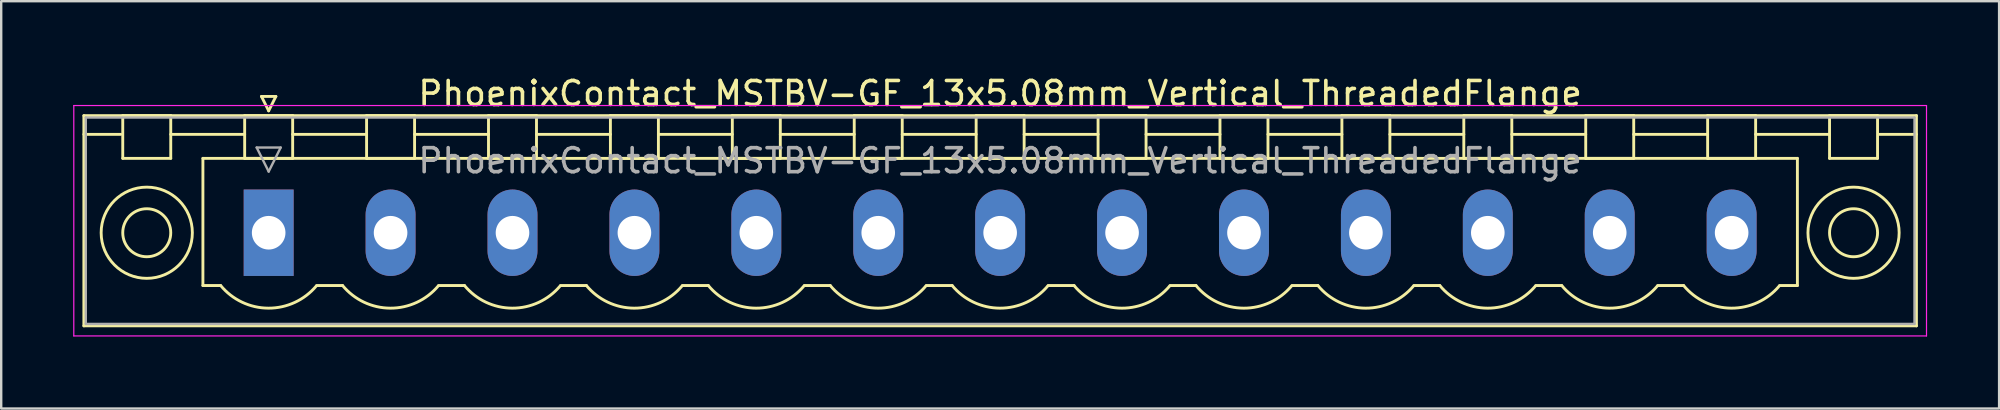
<source format=kicad_pcb>
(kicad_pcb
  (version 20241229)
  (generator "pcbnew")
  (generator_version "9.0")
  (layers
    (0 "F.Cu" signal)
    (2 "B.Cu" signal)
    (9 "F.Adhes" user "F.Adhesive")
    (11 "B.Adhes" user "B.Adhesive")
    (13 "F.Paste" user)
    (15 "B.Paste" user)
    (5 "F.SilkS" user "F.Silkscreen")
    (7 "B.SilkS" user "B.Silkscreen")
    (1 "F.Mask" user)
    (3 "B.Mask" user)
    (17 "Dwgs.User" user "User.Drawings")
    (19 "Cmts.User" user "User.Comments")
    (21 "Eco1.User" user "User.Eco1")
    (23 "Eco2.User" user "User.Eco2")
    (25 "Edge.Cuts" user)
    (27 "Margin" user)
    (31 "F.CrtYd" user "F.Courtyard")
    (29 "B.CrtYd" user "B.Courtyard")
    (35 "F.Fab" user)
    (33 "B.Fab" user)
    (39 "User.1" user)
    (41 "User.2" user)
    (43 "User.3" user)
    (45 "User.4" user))
  (footprint "PhoenixContact_MSTBV-GF_13x5.08mm_Vertical_ThreadedFlange"
    (layer "F.Cu")
    (at 8.145 6.648)
    (property "Reference" "PhoenixContact_MSTBV-GF_13x5.08mm_Vertical_ThreadedFlange" (at 30.48 -5.8 0) (layer "F.SilkS") (effects (font (size 1 1) (thickness 0.15))))
    (attr through_hole)
    (fp_line (start -7.7 -4.88) (end -7.7 3.88) (stroke (width 0.12) (type solid)) (layer "F.SilkS"))
    (fp_line (start -7.7 -4.1) (end -6.16 -4.1) (stroke (width 0.12) (type solid)) (layer "F.SilkS"))
    (fp_line (start -7.7 3.88) (end 68.66 3.88) (stroke (width 0.12) (type solid)) (layer "F.SilkS"))
    (fp_line (start -6.08 -4.88) (end -4.08 -4.88) (stroke (width 0.12) (type solid)) (layer "F.SilkS"))
    (fp_line (start -6.08 -3.1) (end -6.08 -4.88) (stroke (width 0.12) (type solid)) (layer "F.SilkS"))
    (fp_line (start -4.08 -4.88) (end -4.08 -3.1) (stroke (width 0.12) (type solid)) (layer "F.SilkS"))
    (fp_line (start -4.08 -4.1) (end -1 -4.1) (stroke (width 0.12) (type solid)) (layer "F.SilkS"))
    (fp_line (start -4.08 -3.1) (end -6.08 -3.1) (stroke (width 0.12) (type solid)) (layer "F.SilkS"))
    (fp_line (start -2.74 -3.1) (end 63.7 -3.1) (stroke (width 0.12) (type solid)) (layer "F.SilkS"))
    (fp_line (start -2.74 2.2) (end -2.74 -3.1) (stroke (width 0.12) (type solid)) (layer "F.SilkS"))
    (fp_line (start -2 2.2) (end -2.74 2.2) (stroke (width 0.12) (type solid)) (layer "F.SilkS"))
    (fp_line (start -1 -4.88) (end 1 -4.88) (stroke (width 0.12) (type solid)) (layer "F.SilkS"))
    (fp_line (start -1 -3.1) (end -1 -4.88) (stroke (width 0.12) (type solid)) (layer "F.SilkS"))
    (fp_line (start -0.3 -5.68) (end 0.3 -5.68) (stroke (width 0.12) (type solid)) (layer "F.SilkS"))
    (fp_line (start 0 -5.08) (end -0.3 -5.68) (stroke (width 0.12) (type solid)) (layer "F.SilkS"))
    (fp_line (start 0.3 -5.68) (end 0 -5.08) (stroke (width 0.12) (type solid)) (layer "F.SilkS"))
    (fp_line (start 1 -4.88) (end 1 -3.1) (stroke (width 0.12) (type solid)) (layer "F.SilkS"))
    (fp_line (start 1 -4.1) (end 4.08 -4.1) (stroke (width 0.12) (type solid)) (layer "F.SilkS"))
    (fp_line (start 1 -3.1) (end -1 -3.1) (stroke (width 0.12) (type solid)) (layer "F.SilkS"))
    (fp_line (start 2 2.2) (end 3.08 2.2) (stroke (width 0.12) (type solid)) (layer "F.SilkS"))
    (fp_line (start 4.08 -4.88) (end 6.08 -4.88) (stroke (width 0.12) (type solid)) (layer "F.SilkS"))
    (fp_line (start 4.08 -3.1) (end 4.08 -4.88) (stroke (width 0.12) (type solid)) (layer "F.SilkS"))
    (fp_line (start 6.08 -4.88) (end 6.08 -3.1) (stroke (width 0.12) (type solid)) (layer "F.SilkS"))
    (fp_line (start 6.08 -4.1) (end 9.16 -4.1) (stroke (width 0.12) (type solid)) (layer "F.SilkS"))
    (fp_line (start 6.08 -3.1) (end 4.08 -3.1) (stroke (width 0.12) (type solid)) (layer "F.SilkS"))
    (fp_line (start 7.08 2.2) (end 8.16 2.2) (stroke (width 0.12) (type solid)) (layer "F.SilkS"))
    (fp_line (start 9.16 -4.88) (end 11.16 -4.88) (stroke (width 0.12) (type solid)) (layer "F.SilkS"))
    (fp_line (start 9.16 -3.1) (end 9.16 -4.88) (stroke (width 0.12) (type solid)) (layer "F.SilkS"))
    (fp_line (start 11.16 -4.88) (end 11.16 -3.1) (stroke (width 0.12) (type solid)) (layer "F.SilkS"))
    (fp_line (start 11.16 -4.1) (end 14.24 -4.1) (stroke (width 0.12) (type solid)) (layer "F.SilkS"))
    (fp_line (start 11.16 -3.1) (end 9.16 -3.1) (stroke (width 0.12) (type solid)) (layer "F.SilkS"))
    (fp_line (start 12.16 2.2) (end 13.24 2.2) (stroke (width 0.12) (type solid)) (layer "F.SilkS"))
    (fp_line (start 14.24 -4.88) (end 16.24 -4.88) (stroke (width 0.12) (type solid)) (layer "F.SilkS"))
    (fp_line (start 14.24 -3.1) (end 14.24 -4.88) (stroke (width 0.12) (type solid)) (layer "F.SilkS"))
    (fp_line (start 16.24 -4.88) (end 16.24 -3.1) (stroke (width 0.12) (type solid)) (layer "F.SilkS"))
    (fp_line (start 16.24 -4.1) (end 19.32 -4.1) (stroke (width 0.12) (type solid)) (layer "F.SilkS"))
    (fp_line (start 16.24 -3.1) (end 14.24 -3.1) (stroke (width 0.12) (type solid)) (layer "F.SilkS"))
    (fp_line (start 17.24 2.2) (end 18.32 2.2) (stroke (width 0.12) (type solid)) (layer "F.SilkS"))
    (fp_line (start 19.32 -4.88) (end 21.32 -4.88) (stroke (width 0.12) (type solid)) (layer "F.SilkS"))
    (fp_line (start 19.32 -3.1) (end 19.32 -4.88) (stroke (width 0.12) (type solid)) (layer "F.SilkS"))
    (fp_line (start 21.32 -4.88) (end 21.32 -3.1) (stroke (width 0.12) (type solid)) (layer "F.SilkS"))
    (fp_line (start 21.32 -4.1) (end 24.4 -4.1) (stroke (width 0.12) (type solid)) (layer "F.SilkS"))
    (fp_line (start 21.32 -3.1) (end 19.32 -3.1) (stroke (width 0.12) (type solid)) (layer "F.SilkS"))
    (fp_line (start 22.32 2.2) (end 23.4 2.2) (stroke (width 0.12) (type solid)) (layer "F.SilkS"))
    (fp_line (start 24.4 -4.88) (end 26.4 -4.88) (stroke (width 0.12) (type solid)) (layer "F.SilkS"))
    (fp_line (start 24.4 -3.1) (end 24.4 -4.88) (stroke (width 0.12) (type solid)) (layer "F.SilkS"))
    (fp_line (start 26.4 -4.88) (end 26.4 -3.1) (stroke (width 0.12) (type solid)) (layer "F.SilkS"))
    (fp_line (start 26.4 -4.1) (end 29.48 -4.1) (stroke (width 0.12) (type solid)) (layer "F.SilkS"))
    (fp_line (start 26.4 -3.1) (end 24.4 -3.1) (stroke (width 0.12) (type solid)) (layer "F.SilkS"))
    (fp_line (start 27.4 2.2) (end 28.48 2.2) (stroke (width 0.12) (type solid)) (layer "F.SilkS"))
    (fp_line (start 29.48 -4.88) (end 31.48 -4.88) (stroke (width 0.12) (type solid)) (layer "F.SilkS"))
    (fp_line (start 29.48 -3.1) (end 29.48 -4.88) (stroke (width 0.12) (type solid)) (layer "F.SilkS"))
    (fp_line (start 31.48 -4.88) (end 31.48 -3.1) (stroke (width 0.12) (type solid)) (layer "F.SilkS"))
    (fp_line (start 31.48 -4.1) (end 34.56 -4.1) (stroke (width 0.12) (type solid)) (layer "F.SilkS"))
    (fp_line (start 31.48 -3.1) (end 29.48 -3.1) (stroke (width 0.12) (type solid)) (layer "F.SilkS"))
    (fp_line (start 32.48 2.2) (end 33.56 2.2) (stroke (width 0.12) (type solid)) (layer "F.SilkS"))
    (fp_line (start 34.56 -4.88) (end 36.56 -4.88) (stroke (width 0.12) (type solid)) (layer "F.SilkS"))
    (fp_line (start 34.56 -3.1) (end 34.56 -4.88) (stroke (width 0.12) (type solid)) (layer "F.SilkS"))
    (fp_line (start 36.56 -4.88) (end 36.56 -3.1) (stroke (width 0.12) (type solid)) (layer "F.SilkS"))
    (fp_line (start 36.56 -4.1) (end 39.64 -4.1) (stroke (width 0.12) (type solid)) (layer "F.SilkS"))
    (fp_line (start 36.56 -3.1) (end 34.56 -3.1) (stroke (width 0.12) (type solid)) (layer "F.SilkS"))
    (fp_line (start 37.56 2.2) (end 38.64 2.2) (stroke (width 0.12) (type solid)) (layer "F.SilkS"))
    (fp_line (start 39.64 -4.88) (end 41.64 -4.88) (stroke (width 0.12) (type solid)) (layer "F.SilkS"))
    (fp_line (start 39.64 -3.1) (end 39.64 -4.88) (stroke (width 0.12) (type solid)) (layer "F.SilkS"))
    (fp_line (start 41.64 -4.88) (end 41.64 -3.1) (stroke (width 0.12) (type solid)) (layer "F.SilkS"))
    (fp_line (start 41.64 -4.1) (end 44.72 -4.1) (stroke (width 0.12) (type solid)) (layer "F.SilkS"))
    (fp_line (start 41.64 -3.1) (end 39.64 -3.1) (stroke (width 0.12) (type solid)) (layer "F.SilkS"))
    (fp_line (start 42.64 2.2) (end 43.72 2.2) (stroke (width 0.12) (type solid)) (layer "F.SilkS"))
    (fp_line (start 44.72 -4.88) (end 46.72 -4.88) (stroke (width 0.12) (type solid)) (layer "F.SilkS"))
    (fp_line (start 44.72 -3.1) (end 44.72 -4.88) (stroke (width 0.12) (type solid)) (layer "F.SilkS"))
    (fp_line (start 46.72 -4.88) (end 46.72 -3.1) (stroke (width 0.12) (type solid)) (layer "F.SilkS"))
    (fp_line (start 46.72 -4.1) (end 49.8 -4.1) (stroke (width 0.12) (type solid)) (layer "F.SilkS"))
    (fp_line (start 46.72 -3.1) (end 44.72 -3.1) (stroke (width 0.12) (type solid)) (layer "F.SilkS"))
    (fp_line (start 47.72 2.2) (end 48.8 2.2) (stroke (width 0.12) (type solid)) (layer "F.SilkS"))
    (fp_line (start 49.8 -4.88) (end 51.8 -4.88) (stroke (width 0.12) (type solid)) (layer "F.SilkS"))
    (fp_line (start 49.8 -3.1) (end 49.8 -4.88) (stroke (width 0.12) (type solid)) (layer "F.SilkS"))
    (fp_line (start 51.8 -4.88) (end 51.8 -3.1) (stroke (width 0.12) (type solid)) (layer "F.SilkS"))
    (fp_line (start 51.8 -4.1) (end 54.88 -4.1) (stroke (width 0.12) (type solid)) (layer "F.SilkS"))
    (fp_line (start 51.8 -3.1) (end 49.8 -3.1) (stroke (width 0.12) (type solid)) (layer "F.SilkS"))
    (fp_line (start 52.8 2.2) (end 53.88 2.2) (stroke (width 0.12) (type solid)) (layer "F.SilkS"))
    (fp_line (start 54.88 -4.88) (end 56.88 -4.88) (stroke (width 0.12) (type solid)) (layer "F.SilkS"))
    (fp_line (start 54.88 -3.1) (end 54.88 -4.88) (stroke (width 0.12) (type solid)) (layer "F.SilkS"))
    (fp_line (start 56.88 -4.88) (end 56.88 -3.1) (stroke (width 0.12) (type solid)) (layer "F.SilkS"))
    (fp_line (start 56.88 -4.1) (end 59.96 -4.1) (stroke (width 0.12) (type solid)) (layer "F.SilkS"))
    (fp_line (start 56.88 -3.1) (end 54.88 -3.1) (stroke (width 0.12) (type solid)) (layer "F.SilkS"))
    (fp_line (start 57.88 2.2) (end 58.96 2.2) (stroke (width 0.12) (type solid)) (layer "F.SilkS"))
    (fp_line (start 59.96 -4.88) (end 61.96 -4.88) (stroke (width 0.12) (type solid)) (layer "F.SilkS"))
    (fp_line (start 59.96 -3.1) (end 59.96 -4.88) (stroke (width 0.12) (type solid)) (layer "F.SilkS"))
    (fp_line (start 61.96 -4.88) (end 61.96 -3.1) (stroke (width 0.12) (type solid)) (layer "F.SilkS"))
    (fp_line (start 61.96 -4.1) (end 65.04 -4.1) (stroke (width 0.12) (type solid)) (layer "F.SilkS"))
    (fp_line (start 61.96 -3.1) (end 59.96 -3.1) (stroke (width 0.12) (type solid)) (layer "F.SilkS"))
    (fp_line (start 63.7 -3.1) (end 63.7 2.2) (stroke (width 0.12) (type solid)) (layer "F.SilkS"))
    (fp_line (start 63.7 2.2) (end 62.96 2.2) (stroke (width 0.12) (type solid)) (layer "F.SilkS"))
    (fp_line (start 65.04 -4.88) (end 67.04 -4.88) (stroke (width 0.12) (type solid)) (layer "F.SilkS"))
    (fp_line (start 65.04 -3.1) (end 65.04 -4.88) (stroke (width 0.12) (type solid)) (layer "F.SilkS"))
    (fp_line (start 67.04 -4.88) (end 67.04 -3.1) (stroke (width 0.12) (type solid)) (layer "F.SilkS"))
    (fp_line (start 67.04 -3.1) (end 65.04 -3.1) (stroke (width 0.12) (type solid)) (layer "F.SilkS"))
    (fp_line (start 68.66 -4.88) (end -7.7 -4.88) (stroke (width 0.12) (type solid)) (layer "F.SilkS"))
    (fp_line (start 68.66 -4.1) (end 67.12 -4.1) (stroke (width 0.12) (type solid)) (layer "F.SilkS"))
    (fp_line (start 68.66 3.88) (end 68.66 -4.88) (stroke (width 0.12) (type solid)) (layer "F.SilkS"))
    (fp_arc (start 1.986842 2.215821) (mid -0.010289 3.142758) (end -2 2.2) (stroke (width 0.12) (type solid)) (layer "F.SilkS"))
    (fp_arc (start 7.066842 2.215821) (mid 5.069711 3.142758) (end 3.08 2.2) (stroke (width 0.12) (type solid)) (layer "F.SilkS"))
    (fp_arc (start 12.146842 2.215821) (mid 10.149711 3.142758) (end 8.16 2.2) (stroke (width 0.12) (type solid)) (layer "F.SilkS"))
    (fp_arc (start 17.226842 2.215821) (mid 15.229711 3.142758) (end 13.24 2.2) (stroke (width 0.12) (type solid)) (layer "F.SilkS"))
    (fp_arc (start 22.306842 2.215821) (mid 20.309711 3.142758) (end 18.32 2.2) (stroke (width 0.12) (type solid)) (layer "F.SilkS"))
    (fp_arc (start 27.386842 2.215821) (mid 25.389711 3.142758) (end 23.4 2.2) (stroke (width 0.12) (type solid)) (layer "F.SilkS"))
    (fp_arc (start 32.466842 2.215821) (mid 30.469711 3.142758) (end 28.48 2.2) (stroke (width 0.12) (type solid)) (layer "F.SilkS"))
    (fp_arc (start 37.546842 2.215821) (mid 35.549711 3.142758) (end 33.56 2.2) (stroke (width 0.12) (type solid)) (layer "F.SilkS"))
    (fp_arc (start 42.626842 2.215821) (mid 40.629711 3.142758) (end 38.64 2.2) (stroke (width 0.12) (type solid)) (layer "F.SilkS"))
    (fp_arc (start 47.706842 2.215821) (mid 45.709711 3.142758) (end 43.72 2.2) (stroke (width 0.12) (type solid)) (layer "F.SilkS"))
    (fp_arc (start 52.786842 2.215821) (mid 50.789711 3.142758) (end 48.8 2.2) (stroke (width 0.12) (type solid)) (layer "F.SilkS"))
    (fp_arc (start 57.866842 2.215821) (mid 55.869711 3.142758) (end 53.88 2.2) (stroke (width 0.12) (type solid)) (layer "F.SilkS"))
    (fp_arc (start 62.946842 2.215821) (mid 60.949711 3.142758) (end 58.96 2.2) (stroke (width 0.12) (type solid)) (layer "F.SilkS"))
    (fp_circle (center -5.08 0) (end -4.08 0) (stroke (width 0.12) (type solid)) (fill no) (layer "F.SilkS"))
    (fp_circle (center -5.08 0) (end -3.18 0) (stroke (width 0.12) (type solid)) (fill no) (layer "F.SilkS"))
    (fp_circle (center 66.04 0) (end 67.04 0) (stroke (width 0.12) (type solid)) (fill no) (layer "F.SilkS"))
    (fp_circle (center 66.04 0) (end 67.94 0) (stroke (width 0.12) (type solid)) (fill no) (layer "F.SilkS"))
    (fp_line (start -8.12 -5.3) (end -8.12 4.3) (stroke (width 0.05) (type solid)) (layer "F.CrtYd"))
    (fp_line (start -8.12 4.3) (end 69.08 4.3) (stroke (width 0.05) (type solid)) (layer "F.CrtYd"))
    (fp_line (start 69.08 -5.3) (end -8.12 -5.3) (stroke (width 0.05) (type solid)) (layer "F.CrtYd"))
    (fp_line (start 69.08 4.3) (end 69.08 -5.3) (stroke (width 0.05) (type solid)) (layer "F.CrtYd"))
    (fp_line (start -7.62 -4.8) (end -7.62 3.8) (stroke (width 0.1) (type solid)) (layer "F.Fab"))
    (fp_line (start -7.62 3.8) (end 68.58 3.8) (stroke (width 0.1) (type solid)) (layer "F.Fab"))
    (fp_line (start -0.5 -3.55) (end 0.5 -3.55) (stroke (width 0.1) (type solid)) (layer "F.Fab"))
    (fp_line (start 0 -2.55) (end -0.5 -3.55) (stroke (width 0.1) (type solid)) (layer "F.Fab"))
    (fp_line (start 0.5 -3.55) (end 0 -2.55) (stroke (width 0.1) (type solid)) (layer "F.Fab"))
    (fp_line (start 68.58 -4.8) (end -7.62 -4.8) (stroke (width 0.1) (type solid)) (layer "F.Fab"))
    (fp_line (start 68.58 3.8) (end 68.58 -4.8) (stroke (width 0.1) (type solid)) (layer "F.Fab"))
    (fp_text user "${REFERENCE}" (at 30.48 -3 0) (layer "F.Fab") (effects (font (size 1 1) (thickness 0.15))))
    (pad "1" thru_hole rect (at 0 0) (size 2.08 3.6) (drill 1.4) (layers "*.Cu" "*.Mask"))
    (pad "2" thru_hole oval (at 5.08 0) (size 2.08 3.6) (drill 1.4) (layers "*.Cu" "*.Mask"))
    (pad "3" thru_hole oval (at 10.16 0) (size 2.08 3.6) (drill 1.4) (layers "*.Cu" "*.Mask"))
    (pad "4" thru_hole oval (at 15.24 0) (size 2.08 3.6) (drill 1.4) (layers "*.Cu" "*.Mask"))
    (pad "5" thru_hole oval (at 20.32 0) (size 2.08 3.6) (drill 1.4) (layers "*.Cu" "*.Mask"))
    (pad "6" thru_hole oval (at 25.4 0) (size 2.08 3.6) (drill 1.4) (layers "*.Cu" "*.Mask"))
    (pad "7" thru_hole oval (at 30.48 0) (size 2.08 3.6) (drill 1.4) (layers "*.Cu" "*.Mask"))
    (pad "8" thru_hole oval (at 35.56 0) (size 2.08 3.6) (drill 1.4) (layers "*.Cu" "*.Mask"))
    (pad "9" thru_hole oval (at 40.64 0) (size 2.08 3.6) (drill 1.4) (layers "*.Cu" "*.Mask"))
    (pad "10" thru_hole oval (at 45.72 0) (size 2.08 3.6) (drill 1.4) (layers "*.Cu" "*.Mask"))
    (pad "11" thru_hole oval (at 50.8 0) (size 2.08 3.6) (drill 1.4) (layers "*.Cu" "*.Mask"))
    (pad "12" thru_hole oval (at 55.88 0) (size 2.08 3.6) (drill 1.4) (layers "*.Cu" "*.Mask"))
    (pad "13" thru_hole oval (at 60.96 0) (size 2.08 3.6) (drill 1.4) (layers "*.Cu" "*.Mask")))
  (gr_rect
    (start -3 -3)
    (end 80.25 13.973)
    (stroke (width 0.1) (type default))
    (fill no)
    (layer "Edge.Cuts")))
</source>
